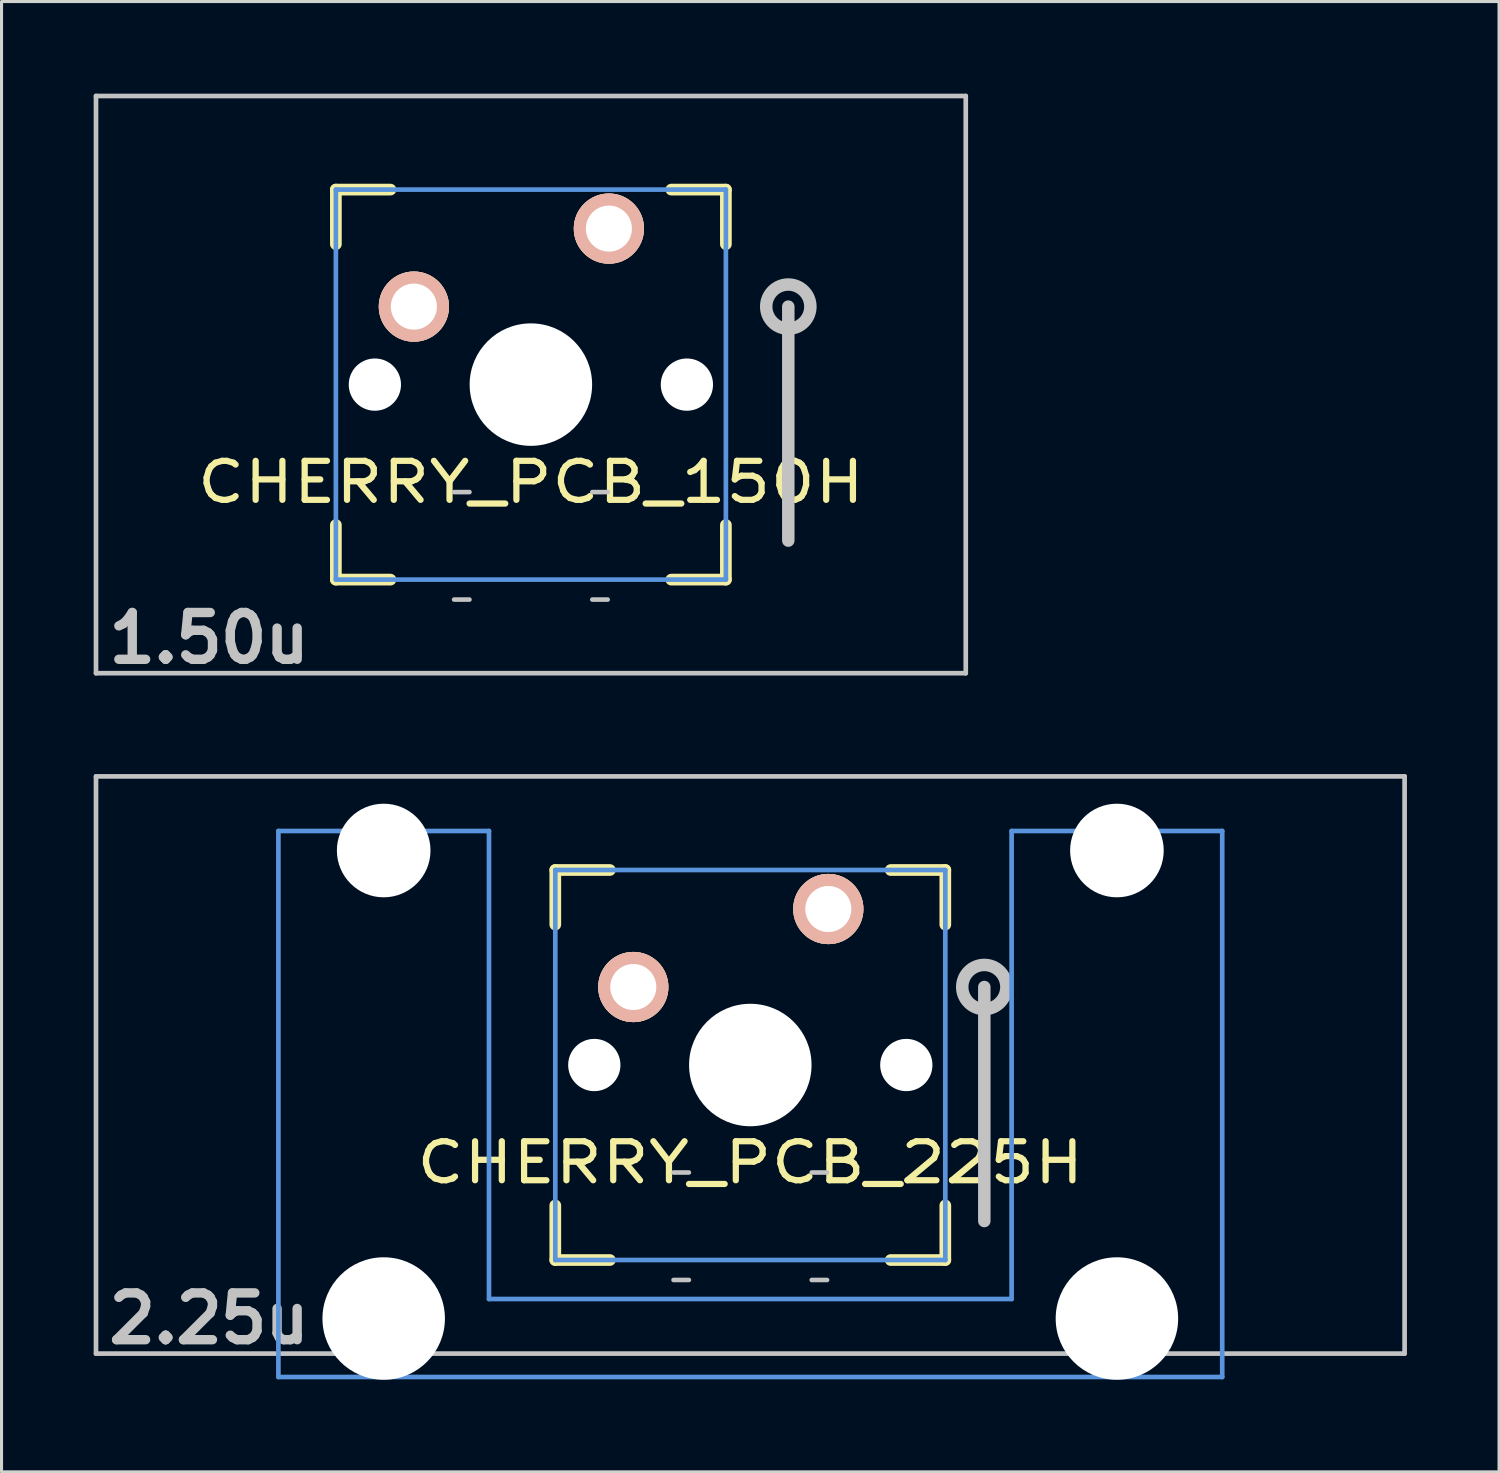
<source format=kicad_pcb>
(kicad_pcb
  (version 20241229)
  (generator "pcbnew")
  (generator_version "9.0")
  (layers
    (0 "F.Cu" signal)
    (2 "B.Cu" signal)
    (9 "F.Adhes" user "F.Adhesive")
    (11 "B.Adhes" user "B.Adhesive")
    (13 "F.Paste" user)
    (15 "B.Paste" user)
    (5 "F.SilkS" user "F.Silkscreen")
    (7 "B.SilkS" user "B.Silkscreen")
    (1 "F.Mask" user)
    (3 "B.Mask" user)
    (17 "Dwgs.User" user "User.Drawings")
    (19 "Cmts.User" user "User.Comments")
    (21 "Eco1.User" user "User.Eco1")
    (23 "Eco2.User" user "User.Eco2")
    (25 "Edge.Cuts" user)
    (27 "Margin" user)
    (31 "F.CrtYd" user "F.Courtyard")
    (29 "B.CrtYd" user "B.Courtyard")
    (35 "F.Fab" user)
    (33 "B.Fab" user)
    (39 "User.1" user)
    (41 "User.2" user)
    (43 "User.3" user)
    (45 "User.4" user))
  (footprint "CHERRY_PCB_150H"
    (layer "F.Cu")
    (at 14.237 9.474)
    (property "Reference" "CHERRY_PCB_150H" (at 0 3.175 0) (layer "F.SilkS") (effects (font (size 1.27 1.524) (thickness 0.203))))
    (attr through_hole)
    (fp_line (start -6.35 -6.35) (end -4.572 -6.35) (stroke (width 0.381) (type solid)) (layer "F.SilkS"))
    (fp_line (start -6.35 -4.572) (end -6.35 -6.35) (stroke (width 0.381) (type solid)) (layer "F.SilkS"))
    (fp_line (start -6.35 6.35) (end -6.35 4.572) (stroke (width 0.381) (type solid)) (layer "F.SilkS"))
    (fp_line (start -4.572 6.35) (end -6.35 6.35) (stroke (width 0.381) (type solid)) (layer "F.SilkS"))
    (fp_line (start 4.572 -6.35) (end 6.35 -6.35) (stroke (width 0.381) (type solid)) (layer "F.SilkS"))
    (fp_line (start 6.35 -6.35) (end 6.35 -4.572) (stroke (width 0.381) (type solid)) (layer "F.SilkS"))
    (fp_line (start 6.35 4.572) (end 6.35 6.35) (stroke (width 0.381) (type solid)) (layer "F.SilkS"))
    (fp_line (start 6.35 6.35) (end 4.572 6.35) (stroke (width 0.381) (type solid)) (layer "F.SilkS"))
    (fp_line (start -14.161 -9.398) (end 14.161 -9.398) (stroke (width 0.152) (type solid)) (layer "Dwgs.User"))
    (fp_line (start -14.161 9.398) (end -14.161 -9.398) (stroke (width 0.152) (type solid)) (layer "Dwgs.User"))
    (fp_line (start -2.5 3.5) (end -2 3.5) (stroke (width 0.15) (type solid)) (layer "Dwgs.User"))
    (fp_line (start -2.5 7) (end -2 7) (stroke (width 0.15) (type solid)) (layer "Dwgs.User"))
    (fp_line (start 2 3.5) (end 2.5 3.5) (stroke (width 0.15) (type solid)) (layer "Dwgs.User"))
    (fp_line (start 2 7) (end 2.5 7) (stroke (width 0.15) (type solid)) (layer "Dwgs.User"))
    (fp_line (start 8.382 -2.54) (end 8.382 5.08) (stroke (width 0.406) (type solid)) (layer "Dwgs.User"))
    (fp_line (start 14.161 -9.398) (end 14.161 9.398) (stroke (width 0.152) (type solid)) (layer "Dwgs.User"))
    (fp_line (start 14.161 9.398) (end -14.161 9.398) (stroke (width 0.152) (type solid)) (layer "Dwgs.User"))
    (fp_circle (center 8.382 -2.54) (end 8.992 -2.921) (stroke (width 0.406) (type solid)) (fill no) (layer "Dwgs.User"))
    (fp_line (start -6.35 -6.35) (end 6.35 -6.35) (stroke (width 0.152) (type solid)) (layer "Cmts.User"))
    (fp_line (start -6.35 6.35) (end -6.35 -6.35) (stroke (width 0.152) (type solid)) (layer "Cmts.User"))
    (fp_line (start 6.35 -6.35) (end 6.35 6.35) (stroke (width 0.152) (type solid)) (layer "Cmts.User"))
    (fp_line (start 6.35 6.35) (end -6.35 6.35) (stroke (width 0.152) (type solid)) (layer "Cmts.User"))
    (fp_line (start -6.985 -6.985) (end 6.985 -6.985) (stroke (width 0.152) (type solid)) (layer "Eco2.User"))
    (fp_line (start -6.985 6.985) (end -6.985 -6.985) (stroke (width 0.152) (type solid)) (layer "Eco2.User"))
    (fp_line (start 6.985 -6.985) (end 6.985 6.985) (stroke (width 0.152) (type solid)) (layer "Eco2.User"))
    (fp_line (start 6.985 6.985) (end -6.985 6.985) (stroke (width 0.152) (type solid)) (layer "Eco2.User"))
    (fp_text user "1.50u" (at -10.477 8.255 0) (layer "Dwgs.User") (effects (font (size 1.524 1.524) (thickness 0.305))))
    (pad "" np_thru_hole circle (at -5.08 0) (size 1.702 1.702) (drill 1.702) (layers "*.Cu"))
    (pad "" np_thru_hole circle (at 0 0) (size 3.988 3.988) (drill 3.988) (layers "*.Cu"))
    (pad "" np_thru_hole circle (at 5.08 0) (size 1.702 1.702) (drill 1.702) (layers "*.Cu"))
    (pad "1" thru_hole circle (at 2.54 -5.08) (size 2.286 2.286) (drill 1.499) (layers "*.Cu" "*.SilkS" "*.Mask"))
    (pad "2" thru_hole circle (at -3.81 -2.54) (size 2.286 2.286) (drill 1.499) (layers "*.Cu" "*.SilkS" "*.Mask")))
  (footprint "CHERRY_PCB_225H"
    (layer "F.Cu")
    (at 21.382 31.63)
    (property "Reference" "CHERRY_PCB_225H" (at 0 3.175 0) (layer "F.SilkS") (effects (font (size 1.27 1.524) (thickness 0.203))))
    (attr through_hole)
    (fp_line (start -6.35 -6.35) (end -4.572 -6.35) (stroke (width 0.381) (type solid)) (layer "F.SilkS"))
    (fp_line (start -6.35 -4.572) (end -6.35 -6.35) (stroke (width 0.381) (type solid)) (layer "F.SilkS"))
    (fp_line (start -6.35 6.35) (end -6.35 4.572) (stroke (width 0.381) (type solid)) (layer "F.SilkS"))
    (fp_line (start -4.572 6.35) (end -6.35 6.35) (stroke (width 0.381) (type solid)) (layer "F.SilkS"))
    (fp_line (start 4.572 -6.35) (end 6.35 -6.35) (stroke (width 0.381) (type solid)) (layer "F.SilkS"))
    (fp_line (start 6.35 -6.35) (end 6.35 -4.572) (stroke (width 0.381) (type solid)) (layer "F.SilkS"))
    (fp_line (start 6.35 4.572) (end 6.35 6.35) (stroke (width 0.381) (type solid)) (layer "F.SilkS"))
    (fp_line (start 6.35 6.35) (end 4.572 6.35) (stroke (width 0.381) (type solid)) (layer "F.SilkS"))
    (fp_line (start -21.306 -9.398) (end 21.306 -9.398) (stroke (width 0.152) (type solid)) (layer "Dwgs.User"))
    (fp_line (start -21.306 9.398) (end -21.306 -9.398) (stroke (width 0.152) (type solid)) (layer "Dwgs.User"))
    (fp_line (start -2.5 3.5) (end -2 3.5) (stroke (width 0.15) (type solid)) (layer "Dwgs.User"))
    (fp_line (start -2.5 7) (end -2 7) (stroke (width 0.15) (type solid)) (layer "Dwgs.User"))
    (fp_line (start 2 3.5) (end 2.5 3.5) (stroke (width 0.15) (type solid)) (layer "Dwgs.User"))
    (fp_line (start 2 7) (end 2.5 7) (stroke (width 0.15) (type solid)) (layer "Dwgs.User"))
    (fp_line (start 7.62 -2.54) (end 7.62 5.08) (stroke (width 0.406) (type solid)) (layer "Dwgs.User"))
    (fp_line (start 21.306 -9.398) (end 21.306 9.398) (stroke (width 0.152) (type solid)) (layer "Dwgs.User"))
    (fp_line (start 21.306 9.398) (end -21.306 9.398) (stroke (width 0.152) (type solid)) (layer "Dwgs.User"))
    (fp_circle (center 7.62 -2.54) (end 8.23 -2.921) (stroke (width 0.406) (type solid)) (fill no) (layer "Dwgs.User"))
    (fp_line (start -15.367 -7.62) (end -15.367 10.16) (stroke (width 0.152) (type solid)) (layer "Cmts.User"))
    (fp_line (start -15.367 10.16) (end 15.367 10.16) (stroke (width 0.152) (type solid)) (layer "Cmts.User"))
    (fp_line (start -8.509 -7.62) (end -15.367 -7.62) (stroke (width 0.152) (type solid)) (layer "Cmts.User"))
    (fp_line (start -8.509 7.62) (end -8.509 -7.62) (stroke (width 0.152) (type solid)) (layer "Cmts.User"))
    (fp_line (start -6.35 -6.35) (end 6.35 -6.35) (stroke (width 0.152) (type solid)) (layer "Cmts.User"))
    (fp_line (start -6.35 6.35) (end -6.35 -6.35) (stroke (width 0.152) (type solid)) (layer "Cmts.User"))
    (fp_line (start 6.35 -6.35) (end 6.35 6.35) (stroke (width 0.152) (type solid)) (layer "Cmts.User"))
    (fp_line (start 6.35 6.35) (end -6.35 6.35) (stroke (width 0.152) (type solid)) (layer "Cmts.User"))
    (fp_line (start 8.509 -7.62) (end 8.509 7.62) (stroke (width 0.152) (type solid)) (layer "Cmts.User"))
    (fp_line (start 8.509 7.62) (end -8.509 7.62) (stroke (width 0.152) (type solid)) (layer "Cmts.User"))
    (fp_line (start 15.367 -7.62) (end 8.509 -7.62) (stroke (width 0.152) (type solid)) (layer "Cmts.User"))
    (fp_line (start 15.367 10.16) (end 15.367 -7.62) (stroke (width 0.152) (type solid)) (layer "Cmts.User"))
    (fp_line (start -16.129 -2.286) (end -15.265 -2.286) (stroke (width 0.152) (type solid)) (layer "Eco2.User"))
    (fp_line (start -16.129 0.508) (end -16.129 -2.286) (stroke (width 0.152) (type solid)) (layer "Eco2.User"))
    (fp_line (start -15.265 -5.69) (end -8.611 -5.69) (stroke (width 0.152) (type solid)) (layer "Eco2.User"))
    (fp_line (start -15.265 -2.286) (end -15.265 -5.69) (stroke (width 0.152) (type solid)) (layer "Eco2.User"))
    (fp_line (start -15.265 0.508) (end -16.129 0.508) (stroke (width 0.152) (type solid)) (layer "Eco2.User"))
    (fp_line (start -15.265 6.604) (end -15.265 0.508) (stroke (width 0.152) (type solid)) (layer "Eco2.User"))
    (fp_line (start -14.224 6.604) (end -15.265 6.604) (stroke (width 0.152) (type solid)) (layer "Eco2.User"))
    (fp_line (start -14.224 7.772) (end -14.224 6.604) (stroke (width 0.152) (type solid)) (layer "Eco2.User"))
    (fp_line (start -9.652 6.604) (end -9.652 7.772) (stroke (width 0.152) (type solid)) (layer "Eco2.User"))
    (fp_line (start -9.652 7.772) (end -14.224 7.772) (stroke (width 0.152) (type solid)) (layer "Eco2.User"))
    (fp_line (start -8.611 -5.69) (end -8.611 -4.877) (stroke (width 0.152) (type solid)) (layer "Eco2.User"))
    (fp_line (start -8.611 -4.877) (end -6.985 -4.877) (stroke (width 0.152) (type solid)) (layer "Eco2.User"))
    (fp_line (start -8.611 5.817) (end -8.611 6.604) (stroke (width 0.152) (type solid)) (layer "Eco2.User"))
    (fp_line (start -8.611 6.604) (end -9.652 6.604) (stroke (width 0.152) (type solid)) (layer "Eco2.User"))
    (fp_line (start -6.985 -6.985) (end 6.985 -6.985) (stroke (width 0.152) (type solid)) (layer "Eco2.User"))
    (fp_line (start -6.985 -4.877) (end -6.985 -6.985) (stroke (width 0.152) (type solid)) (layer "Eco2.User"))
    (fp_line (start -6.985 5.817) (end -8.611 5.817) (stroke (width 0.152) (type solid)) (layer "Eco2.User"))
    (fp_line (start -6.985 6.985) (end -6.985 5.817) (stroke (width 0.152) (type solid)) (layer "Eco2.User"))
    (fp_line (start 6.985 -6.985) (end 6.985 -4.877) (stroke (width 0.152) (type solid)) (layer "Eco2.User"))
    (fp_line (start 6.985 -4.877) (end 8.611 -4.877) (stroke (width 0.152) (type solid)) (layer "Eco2.User"))
    (fp_line (start 6.985 5.817) (end 6.985 6.985) (stroke (width 0.152) (type solid)) (layer "Eco2.User"))
    (fp_line (start 6.985 6.985) (end -6.985 6.985) (stroke (width 0.152) (type solid)) (layer "Eco2.User"))
    (fp_line (start 8.611 -5.69) (end 15.265 -5.69) (stroke (width 0.152) (type solid)) (layer "Eco2.User"))
    (fp_line (start 8.611 -4.877) (end 8.611 -5.69) (stroke (width 0.152) (type solid)) (layer "Eco2.User"))
    (fp_line (start 8.611 5.817) (end 6.985 5.817) (stroke (width 0.152) (type solid)) (layer "Eco2.User"))
    (fp_line (start 8.611 6.604) (end 8.611 5.817) (stroke (width 0.152) (type solid)) (layer "Eco2.User"))
    (fp_line (start 9.652 6.604) (end 8.611 6.604) (stroke (width 0.152) (type solid)) (layer "Eco2.User"))
    (fp_line (start 9.652 7.772) (end 9.652 6.604) (stroke (width 0.152) (type solid)) (layer "Eco2.User"))
    (fp_line (start 14.224 6.604) (end 14.224 7.772) (stroke (width 0.152) (type solid)) (layer "Eco2.User"))
    (fp_line (start 14.224 7.772) (end 9.652 7.772) (stroke (width 0.152) (type solid)) (layer "Eco2.User"))
    (fp_line (start 15.265 -5.69) (end 15.265 -2.286) (stroke (width 0.152) (type solid)) (layer "Eco2.User"))
    (fp_line (start 15.265 -2.286) (end 16.129 -2.286) (stroke (width 0.152) (type solid)) (layer "Eco2.User"))
    (fp_line (start 15.265 0.508) (end 15.265 6.604) (stroke (width 0.152) (type solid)) (layer "Eco2.User"))
    (fp_line (start 15.265 6.604) (end 14.224 6.604) (stroke (width 0.152) (type solid)) (layer "Eco2.User"))
    (fp_line (start 16.129 -2.286) (end 16.129 0.508) (stroke (width 0.152) (type solid)) (layer "Eco2.User"))
    (fp_line (start 16.129 0.508) (end 15.265 0.508) (stroke (width 0.152) (type solid)) (layer "Eco2.User"))
    (fp_text user "2.25u" (at -17.623 8.255 0) (layer "Dwgs.User") (effects (font (size 1.524 1.524) (thickness 0.305))))
    (pad "" np_thru_hole circle (at -11.938 -6.985) (size 3.048 3.048) (drill 3.048) (layers "*.Cu"))
    (pad "" np_thru_hole circle (at -11.938 8.255) (size 3.988 3.988) (drill 3.988) (layers "*.Cu"))
    (pad "" np_thru_hole circle (at -5.08 0) (size 1.702 1.702) (drill 1.702) (layers "*.Cu"))
    (pad "" np_thru_hole circle (at 0 0) (size 3.988 3.988) (drill 3.988) (layers "*.Cu"))
    (pad "" np_thru_hole circle (at 5.08 0) (size 1.702 1.702) (drill 1.702) (layers "*.Cu"))
    (pad "" np_thru_hole circle (at 11.938 -6.985) (size 3.048 3.048) (drill 3.048) (layers "*.Cu"))
    (pad "" np_thru_hole circle (at 11.938 8.255) (size 3.988 3.988) (drill 3.988) (layers "*.Cu"))
    (pad "1" thru_hole circle (at 2.54 -5.08) (size 2.286 2.286) (drill 1.499) (layers "*.Cu" "*.SilkS" "*.Mask"))
    (pad "2" thru_hole circle (at -3.81 -2.54) (size 2.286 2.286) (drill 1.499) (layers "*.Cu" "*.SilkS" "*.Mask")))
  (gr_rect
    (start -3 -3)
    (end 45.763 44.879)
    (stroke (width 0.1) (type default))
    (fill no)
    (layer "Edge.Cuts")))
</source>
